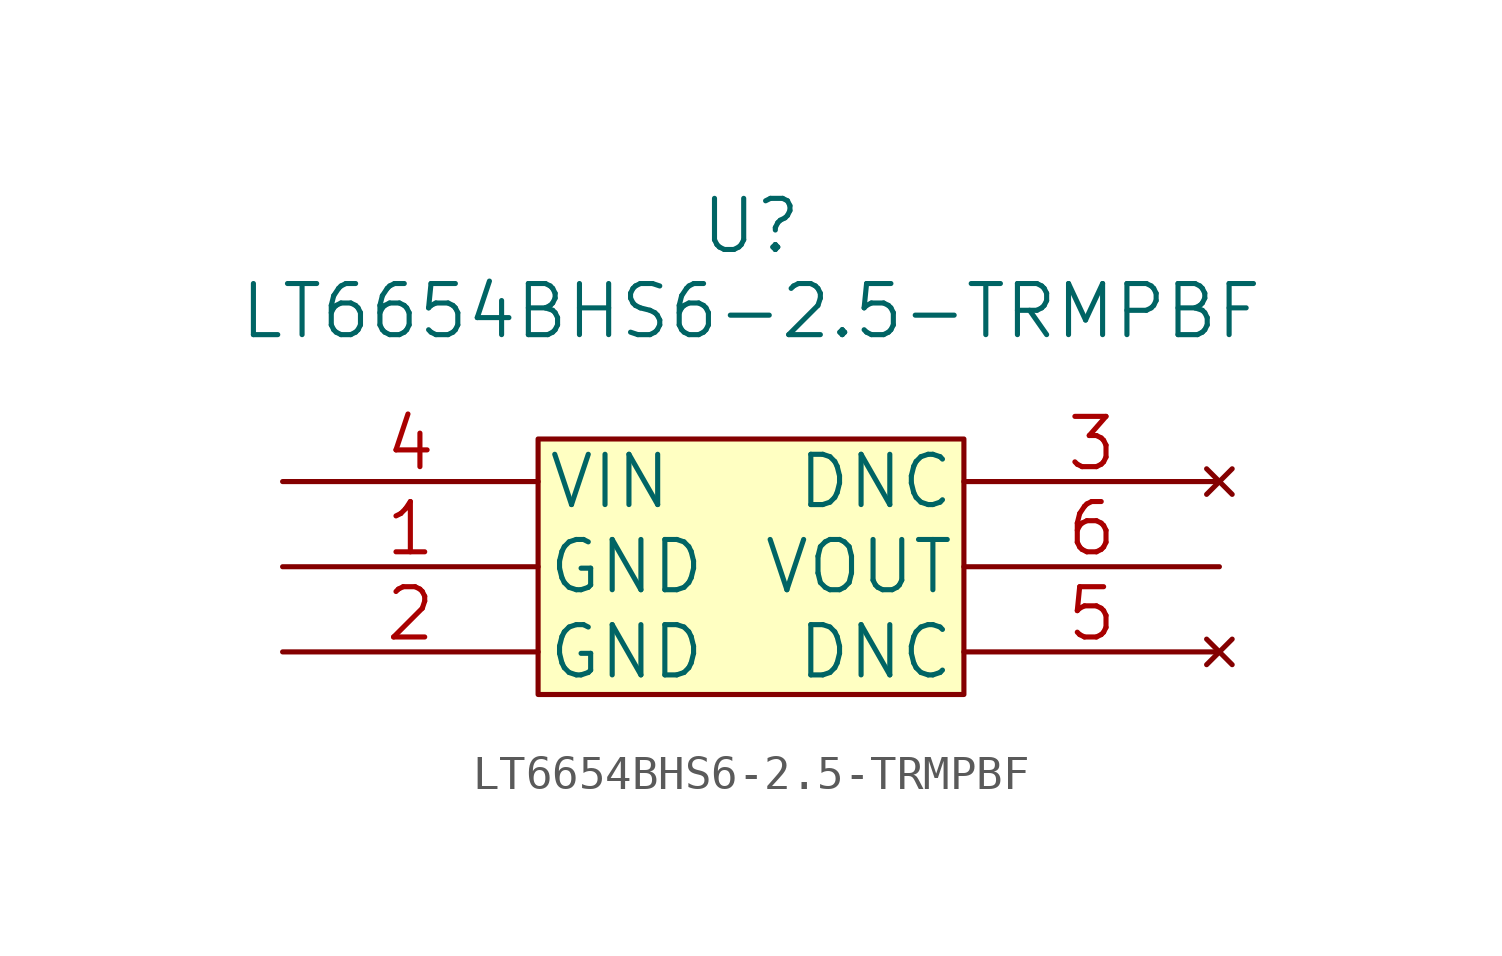
<source format=kicad_sym>
(kicad_symbol_lib
  (version 20211014)
  (generator kicad_symbol_editor)
  (symbol "LT6654BHS6-2.5-TRMPBF"
    (pin_names
      (offset 0.254))
    (property "Reference" "U"
      (at 0 10.16 0)
      (effects (font (size 1.524 1.524))))
    (property "Value" "LT6654BHS6-2.5-TRMPBF"
      (at 0 7.62 0)
      (effects (font (size 1.524 1.524))))
    (property "Datasheet" ""
      (at 1.27 0 0)
      (effects (font (size 1.524 1.524))))
    (symbol "LT6654BHS6-2.5-TRMPBF_0_1"
      (rectangle (start -6.35 3.81) (end 6.35 -3.81) (stroke (width 0) (type default) (color 0 0 0 0)) (fill (type background))))
    (symbol "LT6654BHS6-2.5-TRMPBF_1_1"
      (pin power_in line (at -13.97 0 0) (length 7.62) (name "GND" (effects (font (size 1.499 1.499)))) (number "1" (effects (font (size 1.499 1.499)))))
      (pin power_in line (at -13.97 -2.54 0) (length 7.62) (name "GND" (effects (font (size 1.499 1.499)))) (number "2" (effects (font (size 1.499 1.499)))))
      (pin no_connect line (at 13.97 2.54 180) (length 7.62) (name "DNC" (effects (font (size 1.499 1.499)))) (number "3" (effects (font (size 1.499 1.499)))))
      (pin input line (at -13.97 2.54 0) (length 7.62) (name "VIN" (effects (font (size 1.499 1.499)))) (number "4" (effects (font (size 1.499 1.499)))))
      (pin no_connect line (at 13.97 -2.54 180) (length 7.62) (name "DNC" (effects (font (size 1.499 1.499)))) (number "5" (effects (font (size 1.499 1.499)))))
      (pin output line (at 13.97 0 180) (length 7.62) (name "VOUT" (effects (font (size 1.499 1.499)))) (number "6" (effects (font (size 1.499 1.499))))))))
</source>
